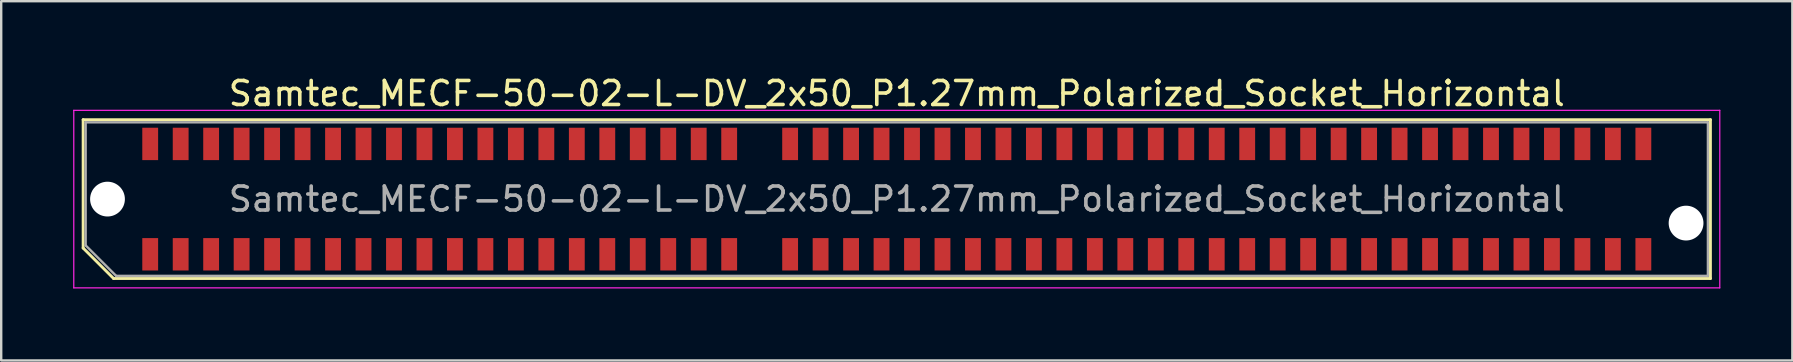
<source format=kicad_pcb>
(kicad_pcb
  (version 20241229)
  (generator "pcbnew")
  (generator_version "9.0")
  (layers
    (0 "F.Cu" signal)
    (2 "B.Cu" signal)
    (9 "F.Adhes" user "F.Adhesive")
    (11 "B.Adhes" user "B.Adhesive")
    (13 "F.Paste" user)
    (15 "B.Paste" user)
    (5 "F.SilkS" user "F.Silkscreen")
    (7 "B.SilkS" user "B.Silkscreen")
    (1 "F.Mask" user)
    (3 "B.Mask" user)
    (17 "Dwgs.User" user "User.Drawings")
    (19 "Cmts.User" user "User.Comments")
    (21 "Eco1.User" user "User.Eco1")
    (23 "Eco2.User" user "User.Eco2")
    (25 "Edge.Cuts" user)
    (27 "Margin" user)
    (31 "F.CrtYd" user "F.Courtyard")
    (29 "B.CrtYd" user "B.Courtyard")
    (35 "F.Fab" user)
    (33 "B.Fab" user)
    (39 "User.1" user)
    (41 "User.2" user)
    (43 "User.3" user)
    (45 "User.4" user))
  (footprint "Samtec_MECF-50-02-L-DV_2x50_P1.27mm_Polarized_Socket_Horizontal"
    (layer "F.Cu")
    (at 34.325 5.248)
    (property "Reference" "Samtec_MECF-50-02-L-DV_2x50_P1.27mm_Polarized_Socket_Horizontal" (at 0 -4.4 0) (layer "F.SilkS") (effects (font (size 1 1) (thickness 0.15))))
    (attr smd)
    (fp_line (start -33.91 -3.31) (end 33.91 -3.31) (stroke (width 0.12) (type solid)) (layer "F.SilkS"))
    (fp_line (start -33.91 2.04) (end -33.91 -3.31) (stroke (width 0.12) (type solid)) (layer "F.SilkS"))
    (fp_line (start -32.64 3.31) (end -33.91 2.04) (stroke (width 0.12) (type solid)) (layer "F.SilkS"))
    (fp_line (start -32.64 3.31) (end 33.91 3.31) (stroke (width 0.12) (type solid)) (layer "F.SilkS"))
    (fp_line (start 33.91 3.31) (end 33.91 -3.31) (stroke (width 0.12) (type solid)) (layer "F.SilkS"))
    (fp_line (start -34.3 -3.7) (end -34.3 3.7) (stroke (width 0.05) (type solid)) (layer "F.CrtYd"))
    (fp_line (start -34.3 3.7) (end 34.3 3.7) (stroke (width 0.05) (type solid)) (layer "F.CrtYd"))
    (fp_line (start 34.3 -3.7) (end -34.3 -3.7) (stroke (width 0.05) (type solid)) (layer "F.CrtYd"))
    (fp_line (start 34.3 3.7) (end 34.3 -3.7) (stroke (width 0.05) (type solid)) (layer "F.CrtYd"))
    (fp_line (start -33.805 -3.2) (end 33.805 -3.2) (stroke (width 0.1) (type solid)) (layer "F.Fab"))
    (fp_line (start -33.805 1.93) (end -33.805 -3.2) (stroke (width 0.1) (type solid)) (layer "F.Fab"))
    (fp_line (start -33.805 1.93) (end -32.535 3.2) (stroke (width 0.1) (type solid)) (layer "F.Fab"))
    (fp_line (start -32.535 3.2) (end 33.805 3.2) (stroke (width 0.1) (type solid)) (layer "F.Fab"))
    (fp_line (start 33.805 3.2) (end 33.805 -3.2) (stroke (width 0.1) (type solid)) (layer "F.Fab"))
    (fp_text user "${REFERENCE}" (at 0 0 0) (layer "F.Fab") (effects (font (size 1 1) (thickness 0.15))))
    (pad "" np_thru_hole circle (at -32.895 0) (size 1.45 1.45) (drill 1.45) (layers "*.Cu" "*.Mask"))
    (pad "" np_thru_hole circle (at 32.895 1) (size 1.45 1.45) (drill 1.45) (layers "*.Cu" "*.Mask"))
    (pad "1" smd rect (at -31.115 2.3) (size 0.66 1.35) (layers "F.Cu" "F.Mask" "F.Paste"))
    (pad "2" smd rect (at -31.115 -2.3) (size 0.66 1.35) (layers "F.Cu" "F.Mask" "F.Paste"))
    (pad "3" smd rect (at -29.845 2.3) (size 0.66 1.35) (layers "F.Cu" "F.Mask" "F.Paste"))
    (pad "4" smd rect (at -29.845 -2.3) (size 0.66 1.35) (layers "F.Cu" "F.Mask" "F.Paste"))
    (pad "5" smd rect (at -28.575 2.3) (size 0.66 1.35) (layers "F.Cu" "F.Mask" "F.Paste"))
    (pad "6" smd rect (at -28.575 -2.3) (size 0.66 1.35) (layers "F.Cu" "F.Mask" "F.Paste"))
    (pad "7" smd rect (at -27.305 2.3) (size 0.66 1.35) (layers "F.Cu" "F.Mask" "F.Paste"))
    (pad "8" smd rect (at -27.305 -2.3) (size 0.66 1.35) (layers "F.Cu" "F.Mask" "F.Paste"))
    (pad "9" smd rect (at -26.035 2.3) (size 0.66 1.35) (layers "F.Cu" "F.Mask" "F.Paste"))
    (pad "10" smd rect (at -26.035 -2.3) (size 0.66 1.35) (layers "F.Cu" "F.Mask" "F.Paste"))
    (pad "11" smd rect (at -24.765 2.3) (size 0.66 1.35) (layers "F.Cu" "F.Mask" "F.Paste"))
    (pad "12" smd rect (at -24.765 -2.3) (size 0.66 1.35) (layers "F.Cu" "F.Mask" "F.Paste"))
    (pad "13" smd rect (at -23.495 2.3) (size 0.66 1.35) (layers "F.Cu" "F.Mask" "F.Paste"))
    (pad "14" smd rect (at -23.495 -2.3) (size 0.66 1.35) (layers "F.Cu" "F.Mask" "F.Paste"))
    (pad "15" smd rect (at -22.225 2.3) (size 0.66 1.35) (layers "F.Cu" "F.Mask" "F.Paste"))
    (pad "16" smd rect (at -22.225 -2.3) (size 0.66 1.35) (layers "F.Cu" "F.Mask" "F.Paste"))
    (pad "17" smd rect (at -20.955 2.3) (size 0.66 1.35) (layers "F.Cu" "F.Mask" "F.Paste"))
    (pad "18" smd rect (at -20.955 -2.3) (size 0.66 1.35) (layers "F.Cu" "F.Mask" "F.Paste"))
    (pad "19" smd rect (at -19.685 2.3) (size 0.66 1.35) (layers "F.Cu" "F.Mask" "F.Paste"))
    (pad "20" smd rect (at -19.685 -2.3) (size 0.66 1.35) (layers "F.Cu" "F.Mask" "F.Paste"))
    (pad "21" smd rect (at -18.415 2.3) (size 0.66 1.35) (layers "F.Cu" "F.Mask" "F.Paste"))
    (pad "22" smd rect (at -18.415 -2.3) (size 0.66 1.35) (layers "F.Cu" "F.Mask" "F.Paste"))
    (pad "23" smd rect (at -17.145 2.3) (size 0.66 1.35) (layers "F.Cu" "F.Mask" "F.Paste"))
    (pad "24" smd rect (at -17.145 -2.3) (size 0.66 1.35) (layers "F.Cu" "F.Mask" "F.Paste"))
    (pad "25" smd rect (at -15.875 2.3) (size 0.66 1.35) (layers "F.Cu" "F.Mask" "F.Paste"))
    (pad "26" smd rect (at -15.875 -2.3) (size 0.66 1.35) (layers "F.Cu" "F.Mask" "F.Paste"))
    (pad "27" smd rect (at -14.605 2.3) (size 0.66 1.35) (layers "F.Cu" "F.Mask" "F.Paste"))
    (pad "28" smd rect (at -14.605 -2.3) (size 0.66 1.35) (layers "F.Cu" "F.Mask" "F.Paste"))
    (pad "29" smd rect (at -13.335 2.3) (size 0.66 1.35) (layers "F.Cu" "F.Mask" "F.Paste"))
    (pad "30" smd rect (at -13.335 -2.3) (size 0.66 1.35) (layers "F.Cu" "F.Mask" "F.Paste"))
    (pad "31" smd rect (at -12.065 2.3) (size 0.66 1.35) (layers "F.Cu" "F.Mask" "F.Paste"))
    (pad "32" smd rect (at -12.065 -2.3) (size 0.66 1.35) (layers "F.Cu" "F.Mask" "F.Paste"))
    (pad "33" smd rect (at -10.795 2.3) (size 0.66 1.35) (layers "F.Cu" "F.Mask" "F.Paste"))
    (pad "34" smd rect (at -10.795 -2.3) (size 0.66 1.35) (layers "F.Cu" "F.Mask" "F.Paste"))
    (pad "35" smd rect (at -9.525 2.3) (size 0.66 1.35) (layers "F.Cu" "F.Mask" "F.Paste"))
    (pad "36" smd rect (at -9.525 -2.3) (size 0.66 1.35) (layers "F.Cu" "F.Mask" "F.Paste"))
    (pad "37" smd rect (at -8.255 2.3) (size 0.66 1.35) (layers "F.Cu" "F.Mask" "F.Paste"))
    (pad "38" smd rect (at -8.255 -2.3) (size 0.66 1.35) (layers "F.Cu" "F.Mask" "F.Paste"))
    (pad "39" smd rect (at -6.985 2.3) (size 0.66 1.35) (layers "F.Cu" "F.Mask" "F.Paste"))
    (pad "40" smd rect (at -6.985 -2.3) (size 0.66 1.35) (layers "F.Cu" "F.Mask" "F.Paste"))
    (pad "43" smd rect (at -4.445 2.3) (size 0.66 1.35) (layers "F.Cu" "F.Mask" "F.Paste"))
    (pad "44" smd rect (at -4.445 -2.3) (size 0.66 1.35) (layers "F.Cu" "F.Mask" "F.Paste"))
    (pad "45" smd rect (at -3.175 2.3) (size 0.66 1.35) (layers "F.Cu" "F.Mask" "F.Paste"))
    (pad "46" smd rect (at -3.175 -2.3) (size 0.66 1.35) (layers "F.Cu" "F.Mask" "F.Paste"))
    (pad "47" smd rect (at -1.905 2.3) (size 0.66 1.35) (layers "F.Cu" "F.Mask" "F.Paste"))
    (pad "48" smd rect (at -1.905 -2.3) (size 0.66 1.35) (layers "F.Cu" "F.Mask" "F.Paste"))
    (pad "49" smd rect (at -0.635 2.3) (size 0.66 1.35) (layers "F.Cu" "F.Mask" "F.Paste"))
    (pad "50" smd rect (at -0.635 -2.3) (size 0.66 1.35) (layers "F.Cu" "F.Mask" "F.Paste"))
    (pad "51" smd rect (at 0.635 2.3) (size 0.66 1.35) (layers "F.Cu" "F.Mask" "F.Paste"))
    (pad "52" smd rect (at 0.635 -2.3) (size 0.66 1.35) (layers "F.Cu" "F.Mask" "F.Paste"))
    (pad "53" smd rect (at 1.905 2.3) (size 0.66 1.35) (layers "F.Cu" "F.Mask" "F.Paste"))
    (pad "54" smd rect (at 1.905 -2.3) (size 0.66 1.35) (layers "F.Cu" "F.Mask" "F.Paste"))
    (pad "55" smd rect (at 3.175 2.3) (size 0.66 1.35) (layers "F.Cu" "F.Mask" "F.Paste"))
    (pad "56" smd rect (at 3.175 -2.3) (size 0.66 1.35) (layers "F.Cu" "F.Mask" "F.Paste"))
    (pad "57" smd rect (at 4.445 2.3) (size 0.66 1.35) (layers "F.Cu" "F.Mask" "F.Paste"))
    (pad "58" smd rect (at 4.445 -2.3) (size 0.66 1.35) (layers "F.Cu" "F.Mask" "F.Paste"))
    (pad "59" smd rect (at 5.715 2.3) (size 0.66 1.35) (layers "F.Cu" "F.Mask" "F.Paste"))
    (pad "60" smd rect (at 5.715 -2.3) (size 0.66 1.35) (layers "F.Cu" "F.Mask" "F.Paste"))
    (pad "61" smd rect (at 6.985 2.3) (size 0.66 1.35) (layers "F.Cu" "F.Mask" "F.Paste"))
    (pad "62" smd rect (at 6.985 -2.3) (size 0.66 1.35) (layers "F.Cu" "F.Mask" "F.Paste"))
    (pad "63" smd rect (at 8.255 2.3) (size 0.66 1.35) (layers "F.Cu" "F.Mask" "F.Paste"))
    (pad "64" smd rect (at 8.255 -2.3) (size 0.66 1.35) (layers "F.Cu" "F.Mask" "F.Paste"))
    (pad "65" smd rect (at 9.525 2.3) (size 0.66 1.35) (layers "F.Cu" "F.Mask" "F.Paste"))
    (pad "66" smd rect (at 9.525 -2.3) (size 0.66 1.35) (layers "F.Cu" "F.Mask" "F.Paste"))
    (pad "67" smd rect (at 10.795 2.3) (size 0.66 1.35) (layers "F.Cu" "F.Mask" "F.Paste"))
    (pad "68" smd rect (at 10.795 -2.3) (size 0.66 1.35) (layers "F.Cu" "F.Mask" "F.Paste"))
    (pad "69" smd rect (at 12.065 2.3) (size 0.66 1.35) (layers "F.Cu" "F.Mask" "F.Paste"))
    (pad "70" smd rect (at 12.065 -2.3) (size 0.66 1.35) (layers "F.Cu" "F.Mask" "F.Paste"))
    (pad "71" smd rect (at 13.335 2.3) (size 0.66 1.35) (layers "F.Cu" "F.Mask" "F.Paste"))
    (pad "72" smd rect (at 13.335 -2.3) (size 0.66 1.35) (layers "F.Cu" "F.Mask" "F.Paste"))
    (pad "73" smd rect (at 14.605 2.3) (size 0.66 1.35) (layers "F.Cu" "F.Mask" "F.Paste"))
    (pad "74" smd rect (at 14.605 -2.3) (size 0.66 1.35) (layers "F.Cu" "F.Mask" "F.Paste"))
    (pad "75" smd rect (at 15.875 2.3) (size 0.66 1.35) (layers "F.Cu" "F.Mask" "F.Paste"))
    (pad "76" smd rect (at 15.875 -2.3) (size 0.66 1.35) (layers "F.Cu" "F.Mask" "F.Paste"))
    (pad "77" smd rect (at 17.145 2.3) (size 0.66 1.35) (layers "F.Cu" "F.Mask" "F.Paste"))
    (pad "78" smd rect (at 17.145 -2.3) (size 0.66 1.35) (layers "F.Cu" "F.Mask" "F.Paste"))
    (pad "79" smd rect (at 18.415 2.3) (size 0.66 1.35) (layers "F.Cu" "F.Mask" "F.Paste"))
    (pad "80" smd rect (at 18.415 -2.3) (size 0.66 1.35) (layers "F.Cu" "F.Mask" "F.Paste"))
    (pad "81" smd rect (at 19.685 2.3) (size 0.66 1.35) (layers "F.Cu" "F.Mask" "F.Paste"))
    (pad "82" smd rect (at 19.685 -2.3) (size 0.66 1.35) (layers "F.Cu" "F.Mask" "F.Paste"))
    (pad "83" smd rect (at 20.955 2.3) (size 0.66 1.35) (layers "F.Cu" "F.Mask" "F.Paste"))
    (pad "84" smd rect (at 20.955 -2.3) (size 0.66 1.35) (layers "F.Cu" "F.Mask" "F.Paste"))
    (pad "85" smd rect (at 22.225 2.3) (size 0.66 1.35) (layers "F.Cu" "F.Mask" "F.Paste"))
    (pad "86" smd rect (at 22.225 -2.3) (size 0.66 1.35) (layers "F.Cu" "F.Mask" "F.Paste"))
    (pad "87" smd rect (at 23.495 2.3) (size 0.66 1.35) (layers "F.Cu" "F.Mask" "F.Paste"))
    (pad "88" smd rect (at 23.495 -2.3) (size 0.66 1.35) (layers "F.Cu" "F.Mask" "F.Paste"))
    (pad "89" smd rect (at 24.765 2.3) (size 0.66 1.35) (layers "F.Cu" "F.Mask" "F.Paste"))
    (pad "90" smd rect (at 24.765 -2.3) (size 0.66 1.35) (layers "F.Cu" "F.Mask" "F.Paste"))
    (pad "91" smd rect (at 26.035 2.3) (size 0.66 1.35) (layers "F.Cu" "F.Mask" "F.Paste"))
    (pad "92" smd rect (at 26.035 -2.3) (size 0.66 1.35) (layers "F.Cu" "F.Mask" "F.Paste"))
    (pad "93" smd rect (at 27.305 2.3) (size 0.66 1.35) (layers "F.Cu" "F.Mask" "F.Paste"))
    (pad "94" smd rect (at 27.305 -2.3) (size 0.66 1.35) (layers "F.Cu" "F.Mask" "F.Paste"))
    (pad "95" smd rect (at 28.575 2.3) (size 0.66 1.35) (layers "F.Cu" "F.Mask" "F.Paste"))
    (pad "96" smd rect (at 28.575 -2.3) (size 0.66 1.35) (layers "F.Cu" "F.Mask" "F.Paste"))
    (pad "97" smd rect (at 29.845 2.3) (size 0.66 1.35) (layers "F.Cu" "F.Mask" "F.Paste"))
    (pad "98" smd rect (at 29.845 -2.3) (size 0.66 1.35) (layers "F.Cu" "F.Mask" "F.Paste"))
    (pad "99" smd rect (at 31.115 2.3) (size 0.66 1.35) (layers "F.Cu" "F.Mask" "F.Paste"))
    (pad "100" smd rect (at 31.115 -2.3) (size 0.66 1.35) (layers "F.Cu" "F.Mask" "F.Paste")))
  (gr_rect
    (start -3 -3)
    (end 71.65 11.973)
    (stroke (width 0.1) (type default))
    (fill no)
    (layer "Edge.Cuts")))
</source>
